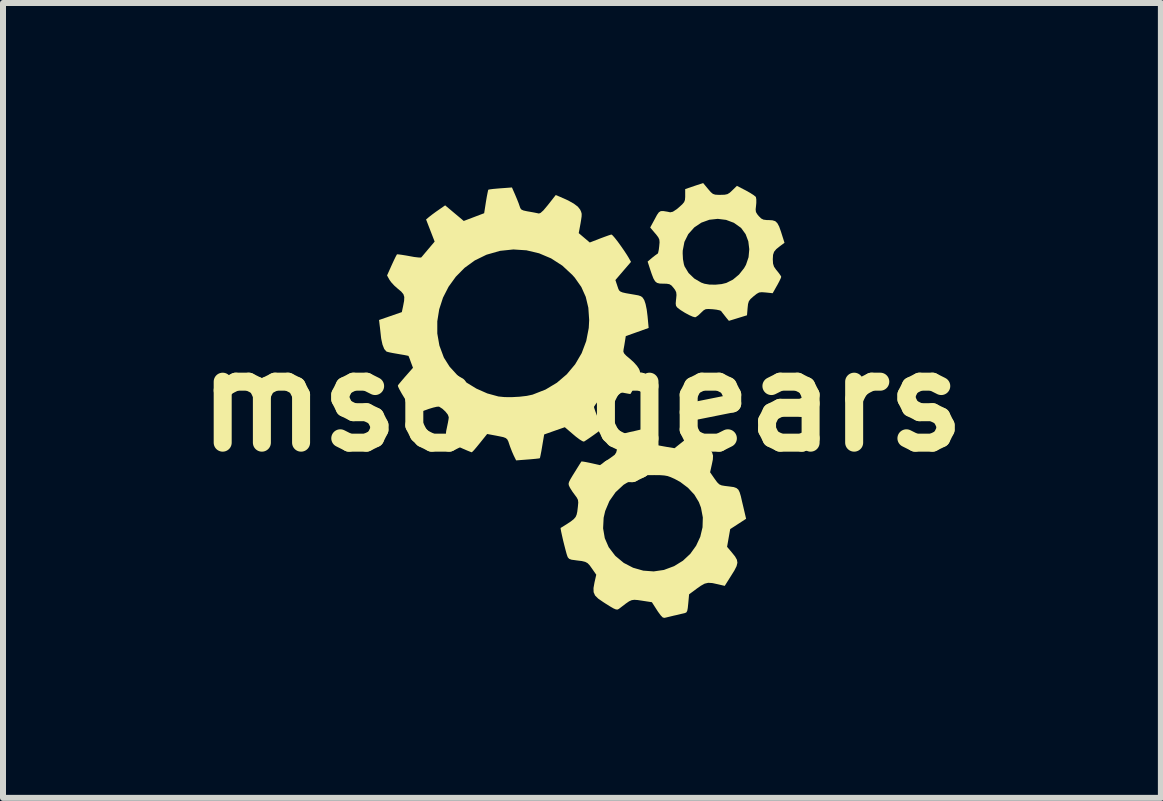
<source format=kicad_pcb>
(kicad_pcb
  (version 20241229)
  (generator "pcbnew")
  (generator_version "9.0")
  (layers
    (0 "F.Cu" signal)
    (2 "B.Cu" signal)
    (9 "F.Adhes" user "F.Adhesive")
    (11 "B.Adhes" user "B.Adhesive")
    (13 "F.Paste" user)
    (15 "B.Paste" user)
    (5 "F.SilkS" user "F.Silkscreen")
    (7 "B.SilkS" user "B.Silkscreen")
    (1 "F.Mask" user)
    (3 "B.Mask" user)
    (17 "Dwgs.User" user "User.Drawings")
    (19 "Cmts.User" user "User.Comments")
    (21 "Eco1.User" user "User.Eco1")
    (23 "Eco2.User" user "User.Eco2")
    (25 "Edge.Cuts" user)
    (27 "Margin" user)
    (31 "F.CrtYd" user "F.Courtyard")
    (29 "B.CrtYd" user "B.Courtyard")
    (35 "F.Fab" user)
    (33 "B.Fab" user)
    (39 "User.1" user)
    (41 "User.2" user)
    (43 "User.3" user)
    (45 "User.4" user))
  (footprint "msc-gears"
    (layer "F.Cu")
    (at 6.648 3.637)
    (property "Reference" "msc-gears" (at 0 0 0) (layer "F.SilkS") (effects (font (size 1.524 1.524) (thickness 0.3))))
    (attr board_only exclude_from_pos_files exclude_from_bom)
    (fp_poly (pts (xy 2.101 -3.538) (xy 2.147 -3.485) (xy 2.182 -3.456) (xy 2.221 -3.443) (xy 2.277 -3.44) (xy 2.306 -3.44) (xy 2.377 -3.442) (xy 2.424 -3.452) (xy 2.463 -3.476) (xy 2.505 -3.515) (xy 2.582 -3.59) (xy 2.731 -3.513) (xy 2.802 -3.473) (xy 2.86 -3.436) (xy 2.894 -3.409) (xy 2.898 -3.403) (xy 2.905 -3.365) (xy 2.905 -3.305) (xy 2.901 -3.262) (xy 2.894 -3.197) (xy 2.899 -3.154) (xy 2.92 -3.118) (xy 2.945 -3.087) (xy 2.985 -3.047) (xy 3.024 -3.027) (xy 3.079 -3.02) (xy 3.109 -3.02) (xy 3.173 -3.016) (xy 3.22 -3.002) (xy 3.255 -2.969) (xy 3.286 -2.912) (xy 3.317 -2.824) (xy 3.326 -2.795) (xy 3.375 -2.641) (xy 3.303 -2.588) (xy 3.238 -2.536) (xy 3.201 -2.491) (xy 3.184 -2.44) (xy 3.18 -2.37) (xy 3.18 -2.364) (xy 3.184 -2.294) (xy 3.2 -2.243) (xy 3.236 -2.191) (xy 3.25 -2.175) (xy 3.289 -2.125) (xy 3.315 -2.087) (xy 3.32 -2.073) (xy 3.311 -2.047) (xy 3.287 -1.997) (xy 3.253 -1.933) (xy 3.249 -1.927) (xy 3.178 -1.801) (xy 3.064 -1.813) (xy 2.997 -1.818) (xy 2.952 -1.813) (xy 2.912 -1.791) (xy 2.86 -1.75) (xy 2.809 -1.705) (xy 2.781 -1.667) (xy 2.767 -1.62) (xy 2.76 -1.554) (xy 2.75 -1.433) (xy 2.6 -1.387) (xy 2.529 -1.365) (xy 2.476 -1.349) (xy 2.45 -1.341) (xy 2.449 -1.34) (xy 2.437 -1.354) (xy 2.407 -1.39) (xy 2.389 -1.413) (xy 2.351 -1.461) (xy 2.324 -1.496) (xy 2.318 -1.505) (xy 2.292 -1.516) (xy 2.239 -1.527) (xy 2.178 -1.534) (xy 2.107 -1.538) (xy 2.063 -1.535) (xy 2.03 -1.518) (xy 1.994 -1.485) (xy 1.981 -1.472) (xy 1.936 -1.43) (xy 1.898 -1.404) (xy 1.885 -1.4) (xy 1.846 -1.41) (xy 1.785 -1.437) (xy 1.715 -1.475) (xy 1.648 -1.517) (xy 1.623 -1.535) (xy 1.585 -1.565) (xy 1.567 -1.592) (xy 1.562 -1.629) (xy 1.567 -1.691) (xy 1.569 -1.703) (xy 1.575 -1.771) (xy 1.57 -1.817) (xy 1.552 -1.855) (xy 1.526 -1.89) (xy 1.491 -1.93) (xy 1.457 -1.951) (xy 1.411 -1.959) (xy 1.355 -1.96) (xy 1.295 -1.962) (xy 1.251 -1.973) (xy 1.219 -1.999) (xy 1.191 -2.046) (xy 1.162 -2.121) (xy 1.139 -2.189) (xy 1.094 -2.328) (xy 1.172 -2.394) (xy 1.219 -2.431) (xy 1.253 -2.455) (xy 1.262 -2.46) (xy 1.264 -2.464) (xy 1.678 -2.464) (xy 1.683 -2.368) (xy 1.698 -2.284) (xy 1.71 -2.247) (xy 1.776 -2.138) (xy 1.871 -2.046) (xy 1.987 -1.978) (xy 2.04 -1.959) (xy 2.122 -1.945) (xy 2.224 -1.943) (xy 2.327 -1.953) (xy 2.405 -1.972) (xy 2.515 -2.027) (xy 2.617 -2.112) (xy 2.701 -2.218) (xy 2.733 -2.274) (xy 2.776 -2.401) (xy 2.788 -2.534) (xy 2.772 -2.665) (xy 2.727 -2.785) (xy 2.656 -2.883) (xy 2.646 -2.893) (xy 2.532 -2.974) (xy 2.401 -3.023) (xy 2.263 -3.04) (xy 2.123 -3.025) (xy 1.99 -2.977) (xy 1.872 -2.898) (xy 1.771 -2.785) (xy 1.707 -2.656) (xy 1.679 -2.51) (xy 1.678 -2.464) (xy 1.264 -2.464) (xy 1.27 -2.478) (xy 1.28 -2.525) (xy 1.287 -2.582) (xy 1.293 -2.649) (xy 1.289 -2.694) (xy 1.271 -2.733) (xy 1.234 -2.782) (xy 1.218 -2.8) (xy 1.137 -2.896) (xy 1.214 -3.038) (xy 1.251 -3.107) (xy 1.281 -3.149) (xy 1.313 -3.169) (xy 1.357 -3.17) (xy 1.425 -3.159) (xy 1.471 -3.149) (xy 1.515 -3.159) (xy 1.579 -3.201) (xy 1.616 -3.232) (xy 1.671 -3.282) (xy 1.702 -3.319) (xy 1.716 -3.355) (xy 1.72 -3.405) (xy 1.72 -3.43) (xy 1.72 -3.536) (xy 1.869 -3.587) (xy 2.019 -3.637)) (stroke (width 0) (type solid)) (fill yes) (layer "F.SilkS"))
    (fp_poly (pts (xy 1.017 0.468) (xy 1.044 0.487) (xy 1.079 0.53) (xy 1.119 0.589) (xy 1.169 0.658) (xy 1.214 0.708) (xy 1.247 0.73) (xy 1.248 0.73) (xy 1.289 0.738) (xy 1.355 0.75) (xy 1.416 0.761) (xy 1.542 0.782) (xy 1.791 0.584) (xy 1.974 0.697) (xy 2.069 0.757) (xy 2.132 0.807) (xy 2.169 0.854) (xy 2.184 0.906) (xy 2.181 0.97) (xy 2.165 1.048) (xy 2.135 1.183) (xy 2.209 1.29) (xy 2.253 1.35) (xy 2.288 1.384) (xy 2.326 1.401) (xy 2.377 1.41) (xy 2.466 1.421) (xy 2.53 1.43) (xy 2.574 1.446) (xy 2.605 1.472) (xy 2.627 1.515) (xy 2.647 1.581) (xy 2.669 1.677) (xy 2.685 1.744) (xy 2.735 1.958) (xy 2.47 2.13) (xy 2.444 2.277) (xy 2.418 2.425) (xy 2.498 2.52) (xy 2.551 2.586) (xy 2.582 2.641) (xy 2.59 2.691) (xy 2.576 2.748) (xy 2.539 2.821) (xy 2.491 2.898) (xy 2.379 3.076) (xy 2.264 3.049) (xy 2.172 3.029) (xy 2.103 3.025) (xy 2.044 3.039) (xy 1.981 3.074) (xy 1.917 3.119) (xy 1.785 3.217) (xy 1.771 3.369) (xy 1.763 3.446) (xy 1.754 3.492) (xy 1.74 3.517) (xy 1.718 3.528) (xy 1.703 3.532) (xy 1.655 3.543) (xy 1.585 3.56) (xy 1.53 3.572) (xy 1.46 3.589) (xy 1.402 3.603) (xy 1.374 3.609) (xy 1.347 3.603) (xy 1.314 3.57) (xy 1.268 3.508) (xy 1.251 3.482) (xy 1.165 3.348) (xy 1.001 3.323) (xy 0.927 3.312) (xy 0.873 3.308) (xy 0.829 3.314) (xy 0.786 3.333) (xy 0.732 3.37) (xy 0.659 3.426) (xy 0.637 3.443) (xy 0.613 3.461) (xy 0.59 3.471) (xy 0.564 3.468) (xy 0.526 3.452) (xy 0.471 3.42) (xy 0.391 3.37) (xy 0.354 3.346) (xy 0.27 3.288) (xy 0.218 3.236) (xy 0.194 3.181) (xy 0.192 3.113) (xy 0.208 3.022) (xy 0.238 2.89) (xy 0.165 2.785) (xy 0.127 2.732) (xy 0.093 2.697) (xy 0.054 2.676) (xy -0.003 2.662) (xy -0.086 2.652) (xy -0.106 2.649) (xy -0.174 2.64) (xy -0.212 2.626) (xy -0.234 2.603) (xy -0.243 2.583) (xy -0.256 2.544) (xy -0.273 2.481) (xy -0.293 2.404) (xy -0.314 2.32) (xy -0.332 2.24) (xy -0.347 2.172) (xy -0.355 2.127) (xy -0.356 2.117) (xy 0.352 2.117) (xy 0.38 2.281) (xy 0.445 2.431) (xy 0.549 2.568) (xy 0.559 2.579) (xy 0.696 2.693) (xy 0.852 2.774) (xy 1.021 2.822) (xy 1.195 2.835) (xy 1.369 2.81) (xy 1.369 2.809) (xy 1.536 2.747) (xy 1.682 2.657) (xy 1.805 2.542) (xy 1.902 2.407) (xy 1.971 2.259) (xy 2.009 2.1) (xy 2.014 1.936) (xy 1.983 1.772) (xy 1.948 1.68) (xy 1.873 1.556) (xy 1.767 1.442) (xy 1.637 1.344) (xy 1.545 1.294) (xy 1.48 1.265) (xy 1.427 1.246) (xy 1.371 1.236) (xy 1.302 1.231) (xy 1.205 1.23) (xy 1.2 1.23) (xy 1.102 1.231) (xy 1.032 1.235) (xy 0.976 1.245) (xy 0.922 1.264) (xy 0.858 1.292) (xy 0.855 1.294) (xy 0.694 1.391) (xy 0.56 1.515) (xy 0.457 1.662) (xy 0.387 1.828) (xy 0.361 1.941) (xy 0.352 2.117) (xy -0.356 2.117) (xy -0.356 2.111) (xy -0.256 2.049) (xy -0.185 2.002) (xy -0.137 1.964) (xy -0.106 1.928) (xy -0.089 1.889) (xy -0.078 1.839) (xy -0.07 1.772) (xy -0.068 1.755) (xy -0.062 1.688) (xy -0.067 1.643) (xy -0.088 1.602) (xy -0.115 1.566) (xy -0.159 1.506) (xy -0.197 1.446) (xy -0.206 1.429) (xy -0.219 1.4) (xy -0.223 1.375) (xy -0.216 1.345) (xy -0.194 1.301) (xy -0.156 1.237) (xy -0.126 1.189) (xy -0.08 1.115) (xy -0.042 1.054) (xy -0.017 1.015) (xy -0.009 1.003) (xy 0.012 1.004) (xy 0.062 1.012) (xy 0.131 1.026) (xy 0.149 1.03) (xy 0.301 1.064) (xy 0.405 0.991) (xy 0.467 0.949) (xy 0.519 0.911) (xy 0.545 0.892) (xy 0.57 0.854) (xy 0.589 0.782) (xy 0.599 0.72) (xy 0.61 0.647) (xy 0.622 0.59) (xy 0.633 0.561) (xy 0.633 0.56) (xy 0.66 0.549) (xy 0.715 0.533) (xy 0.787 0.515) (xy 0.8 0.512) (xy 0.878 0.495) (xy 0.946 0.479) (xy 0.989 0.469) (xy 0.992 0.468)) (stroke (width 0) (type solid)) (fill yes) (layer "F.SilkS"))
    (fp_poly (pts (xy -1.116 -3.447) (xy -1.084 -3.371) (xy -1.055 -3.298) (xy -1.041 -3.257) (xy -1.027 -3.218) (xy -1.008 -3.194) (xy -0.973 -3.179) (xy -0.914 -3.166) (xy -0.884 -3.161) (xy -0.811 -3.148) (xy -0.751 -3.136) (xy -0.718 -3.129) (xy -0.69 -3.139) (xy -0.643 -3.181) (xy -0.579 -3.257) (xy -0.562 -3.278) (xy -0.437 -3.437) (xy -0.363 -3.406) (xy -0.231 -3.347) (xy -0.135 -3.293) (xy -0.069 -3.243) (xy -0.031 -3.195) (xy -0.014 -3.158) (xy -0.005 -3.124) (xy -0.006 -3.081) (xy -0.015 -3.018) (xy -0.024 -2.964) (xy -0.054 -2.802) (xy 0.13 -2.646) (xy 0.3 -2.712) (xy 0.378 -2.741) (xy 0.442 -2.764) (xy 0.483 -2.777) (xy 0.491 -2.779) (xy 0.511 -2.764) (xy 0.547 -2.723) (xy 0.595 -2.662) (xy 0.647 -2.59) (xy 0.7 -2.514) (xy 0.748 -2.441) (xy 0.775 -2.397) (xy 0.817 -2.323) (xy 0.687 -2.172) (xy 0.557 -2.02) (xy 0.59 -1.921) (xy 0.604 -1.879) (xy 0.618 -1.849) (xy 0.64 -1.829) (xy 0.676 -1.814) (xy 0.733 -1.801) (xy 0.82 -1.786) (xy 0.866 -1.778) (xy 0.939 -1.765) (xy 0.983 -1.75) (xy 1.011 -1.728) (xy 1.034 -1.692) (xy 1.039 -1.683) (xy 1.06 -1.62) (xy 1.079 -1.528) (xy 1.093 -1.416) (xy 1.093 -1.416) (xy 1.111 -1.222) (xy 0.921 -1.154) (xy 0.73 -1.086) (xy 0.716 -0.998) (xy 0.705 -0.93) (xy 0.694 -0.869) (xy 0.692 -0.856) (xy 0.69 -0.825) (xy 0.704 -0.795) (xy 0.738 -0.759) (xy 0.799 -0.708) (xy 0.8 -0.707) (xy 0.863 -0.65) (xy 0.916 -0.591) (xy 0.949 -0.542) (xy 0.95 -0.54) (xy 0.964 -0.506) (xy 0.969 -0.477) (xy 0.964 -0.443) (xy 0.946 -0.395) (xy 0.913 -0.323) (xy 0.9 -0.295) (xy 0.864 -0.22) (xy 0.832 -0.162) (xy 0.811 -0.127) (xy 0.804 -0.121) (xy 0.779 -0.125) (xy 0.725 -0.135) (xy 0.65 -0.149) (xy 0.606 -0.158) (xy 0.423 -0.193) (xy 0.311 -0.058) (xy 0.261 0.005) (xy 0.223 0.056) (xy 0.202 0.089) (xy 0.2 0.095) (xy 0.207 0.121) (xy 0.225 0.174) (xy 0.252 0.246) (xy 0.268 0.286) (xy 0.336 0.46) (xy 0.197 0.561) (xy 0.13 0.608) (xy 0.074 0.646) (xy 0.038 0.669) (xy 0.031 0.672) (xy 0.006 0.664) (xy -0.041 0.635) (xy -0.102 0.589) (xy -0.14 0.557) (xy -0.286 0.432) (xy -0.458 0.492) (xy -0.63 0.553) (xy -0.663 0.748) (xy -0.677 0.831) (xy -0.69 0.898) (xy -0.699 0.939) (xy -0.703 0.949) (xy -0.724 0.953) (xy -0.777 0.959) (xy -0.852 0.966) (xy -0.903 0.97) (xy -1.097 0.985) (xy -1.136 0.907) (xy -1.165 0.841) (xy -1.196 0.761) (xy -1.209 0.724) (xy -1.227 0.67) (xy -1.245 0.635) (xy -1.27 0.613) (xy -1.312 0.597) (xy -1.379 0.583) (xy -1.435 0.572) (xy -1.58 0.545) (xy -1.702 0.697) (xy -1.755 0.762) (xy -1.799 0.814) (xy -1.829 0.844) (xy -1.837 0.85) (xy -1.86 0.842) (xy -1.91 0.822) (xy -1.98 0.792) (xy -2.022 0.773) (xy -2.11 0.732) (xy -2.169 0.697) (xy -2.207 0.664) (xy -2.235 0.625) (xy -2.236 0.623) (xy -2.258 0.579) (xy -2.267 0.542) (xy -2.263 0.497) (xy -2.249 0.43) (xy -2.234 0.358) (xy -2.223 0.296) (xy -2.22 0.265) (xy -2.235 0.223) (xy -2.274 0.173) (xy -2.324 0.126) (xy -2.375 0.093) (xy -2.385 0.089) (xy -2.419 0.091) (xy -2.479 0.105) (xy -2.555 0.128) (xy -2.59 0.141) (xy -2.678 0.172) (xy -2.736 0.188) (xy -2.772 0.189) (xy -2.787 0.183) (xy -2.818 0.149) (xy -2.859 0.094) (xy -2.907 0.024) (xy -2.957 -0.052) (xy -3.002 -0.126) (xy -3.039 -0.192) (xy -3.063 -0.241) (xy -3.068 -0.264) (xy -3.048 -0.29) (xy -3.009 -0.337) (xy -2.957 -0.398) (xy -2.934 -0.424) (xy -2.816 -0.558) (xy -2.852 -0.654) (xy -2.872 -0.71) (xy -2.887 -0.747) (xy -2.891 -0.756) (xy -2.911 -0.761) (xy -2.961 -0.771) (xy -3.032 -0.783) (xy -3.066 -0.789) (xy -3.147 -0.803) (xy -3.212 -0.816) (xy -3.253 -0.827) (xy -3.259 -0.83) (xy -3.295 -0.871) (xy -3.324 -0.944) (xy -3.345 -1.04) (xy -3.349 -1.07) (xy -3.358 -1.152) (xy -3.367 -1.233) (xy -3.372 -1.272) (xy -3.379 -1.333) (xy -2.411 -1.333) (xy -2.411 -1.13) (xy -2.376 -0.929) (xy -2.304 -0.735) (xy -2.299 -0.724) (xy -2.206 -0.577) (xy -2.08 -0.439) (xy -1.929 -0.315) (xy -1.759 -0.211) (xy -1.578 -0.131) (xy -1.392 -0.08) (xy -1.39 -0.08) (xy -1.291 -0.07) (xy -1.17 -0.069) (xy -1.041 -0.076) (xy -0.92 -0.09) (xy -0.822 -0.111) (xy -0.82 -0.112) (xy -0.608 -0.195) (xy -0.418 -0.309) (xy -0.253 -0.45) (xy -0.114 -0.616) (xy -0.005 -0.802) (xy 0.071 -1.004) (xy 0.113 -1.221) (xy 0.12 -1.354) (xy 0.106 -1.559) (xy 0.063 -1.74) (xy -0.011 -1.905) (xy -0.12 -2.06) (xy -0.162 -2.107) (xy -0.328 -2.261) (xy -0.514 -2.381) (xy -0.715 -2.466) (xy -0.926 -2.516) (xy -1.144 -2.53) (xy -1.364 -2.507) (xy -1.582 -2.445) (xy -1.594 -2.441) (xy -1.786 -2.347) (xy -1.956 -2.224) (xy -2.102 -2.076) (xy -2.223 -1.909) (xy -2.316 -1.727) (xy -2.379 -1.533) (xy -2.411 -1.333) (xy -3.379 -1.333) (xy -3.382 -1.355) (xy -3.192 -1.42) (xy -3.002 -1.486) (xy -2.981 -1.584) (xy -2.964 -1.674) (xy -2.961 -1.738) (xy -2.976 -1.785) (xy -3.012 -1.828) (xy -3.066 -1.873) (xy -3.128 -1.928) (xy -3.181 -1.986) (xy -3.209 -2.026) (xy -3.248 -2.097) (xy -3.171 -2.269) (xy -3.136 -2.345) (xy -3.107 -2.405) (xy -3.087 -2.442) (xy -3.082 -2.449) (xy -3.058 -2.448) (xy -3.005 -2.441) (xy -2.93 -2.429) (xy -2.88 -2.42) (xy -2.798 -2.405) (xy -2.731 -2.397) (xy -2.689 -2.395) (xy -2.679 -2.397) (xy -2.661 -2.417) (xy -2.625 -2.46) (xy -2.577 -2.517) (xy -2.561 -2.536) (xy -2.455 -2.661) (xy -2.598 -3.03) (xy -2.544 -3.075) (xy -2.498 -3.111) (xy -2.434 -3.158) (xy -2.385 -3.192) (xy -2.28 -3.265) (xy -2.195 -3.194) (xy -2.131 -3.14) (xy -2.065 -3.085) (xy -2.04 -3.064) (xy -1.97 -3.005) (xy -1.63 -3.134) (xy -1.6 -3.326) (xy -1.586 -3.409) (xy -1.573 -3.475) (xy -1.564 -3.517) (xy -1.56 -3.526) (xy -1.537 -3.531) (xy -1.483 -3.538) (xy -1.408 -3.545) (xy -1.358 -3.549) (xy -1.167 -3.563)) (stroke (width 0) (type solid)) (fill yes) (layer "F.SilkS")))
  (gr_rect
    (start -3 -3)
    (end 16.295 10.246)
    (stroke (width 0.1) (type default))
    (fill no)
    (layer "Edge.Cuts")))
</source>
